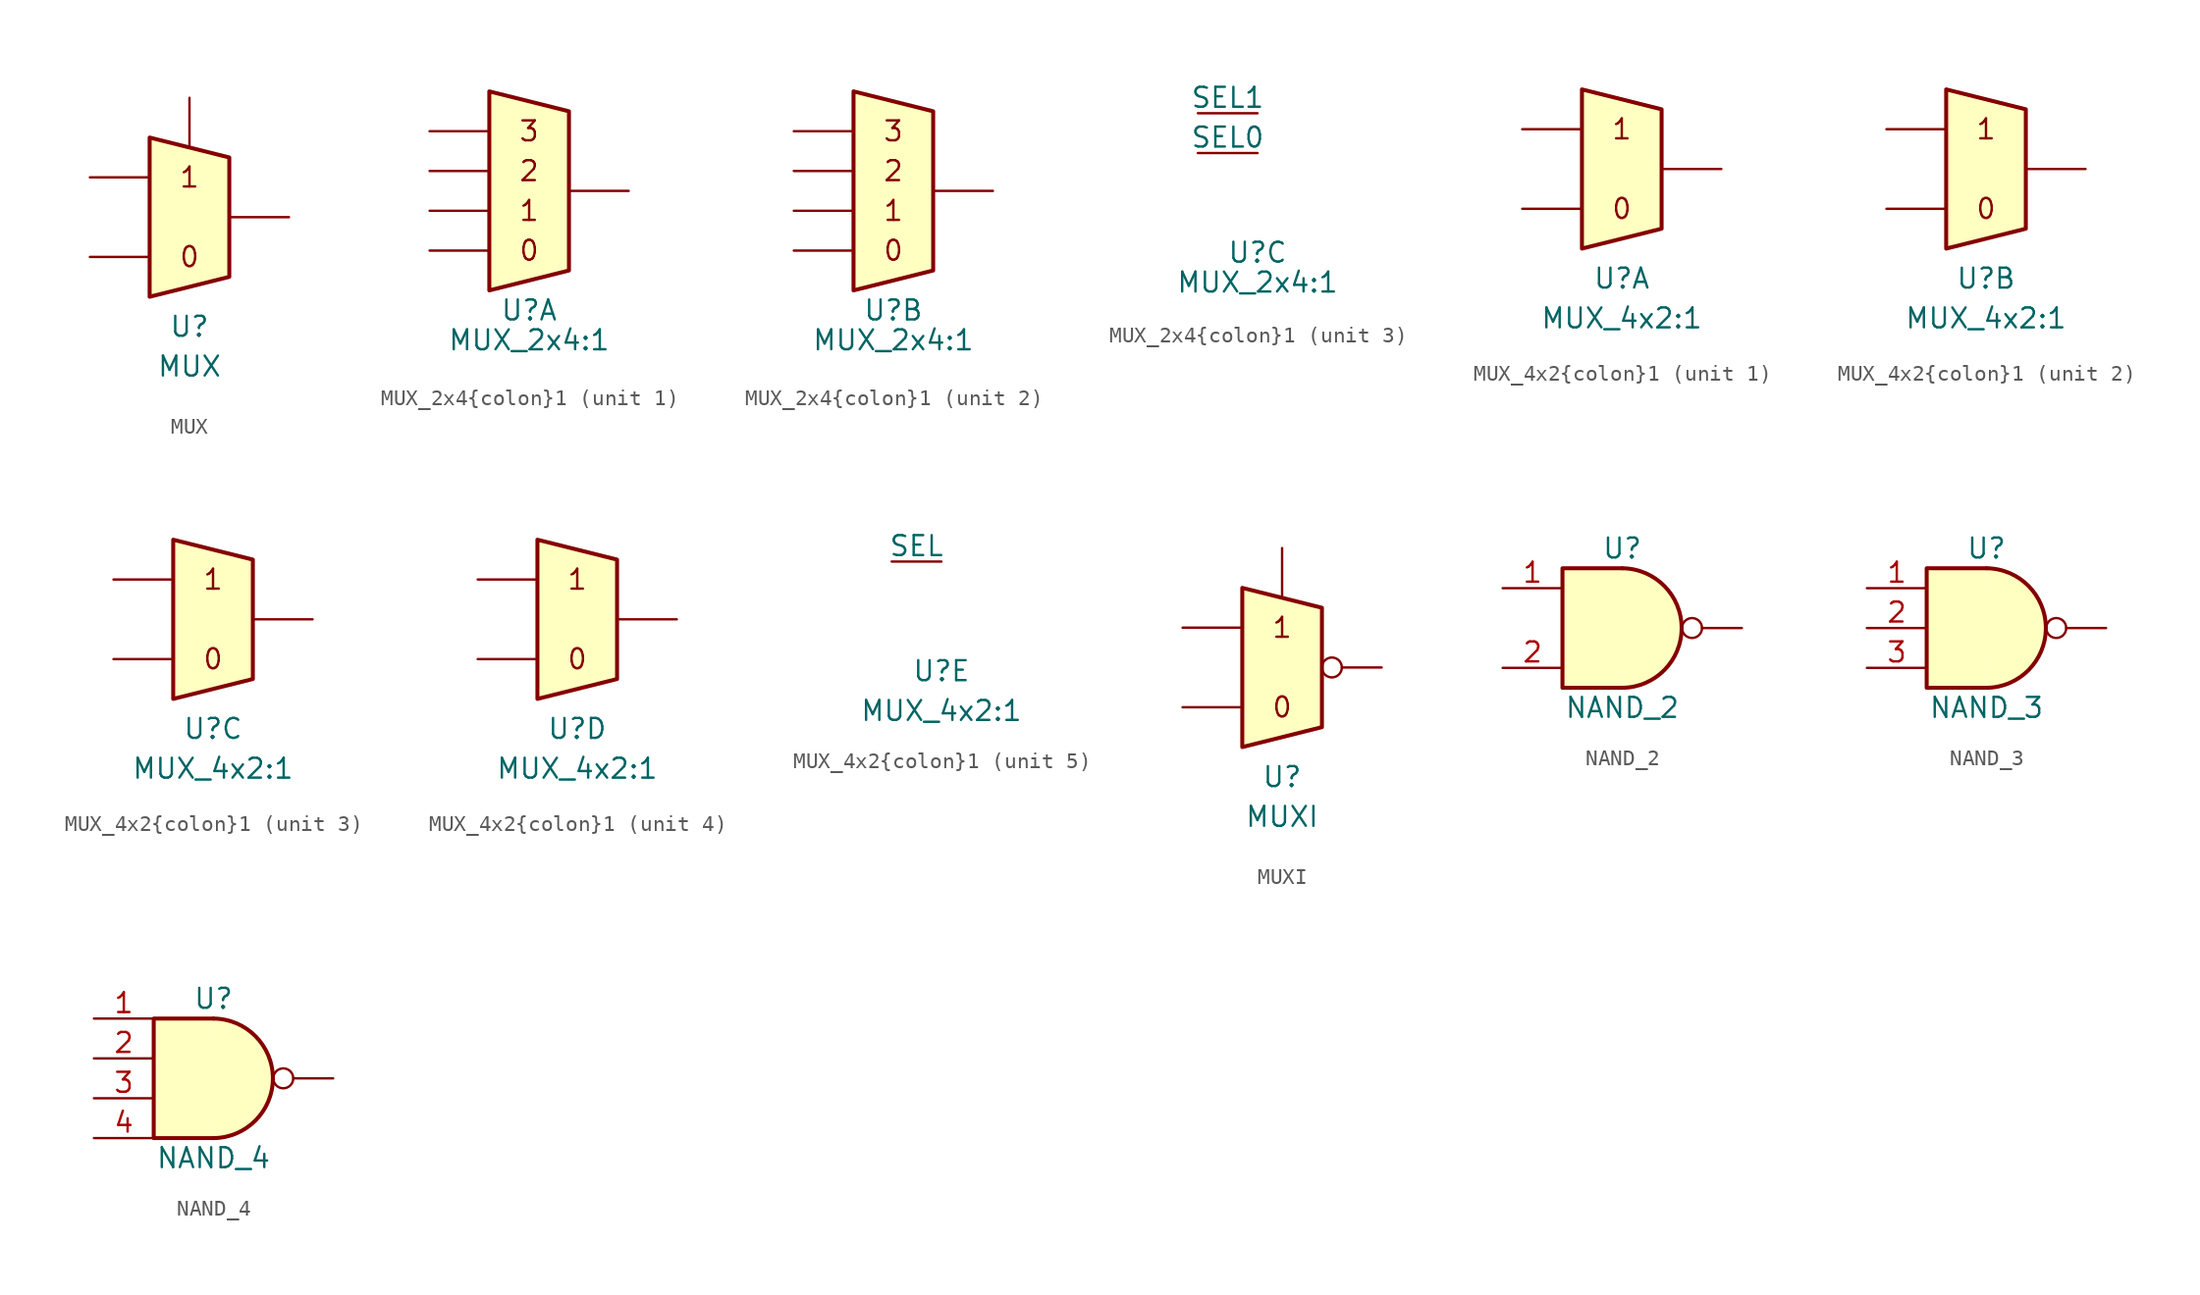
<source format=kicad_sym>
(kicad_symbol_lib
  (version 20220914)
  (generator kicad_symbol_editor)
  (symbol "MUX"
    (pin_numbers hide)
    (pin_names
      (offset 0))
    (property "Reference" "U"
      (at 0 -6.985 0)
      (effects (font (size 1.27 1.27))))
    (property "Value" "MUX"
      (at 0 -9.525 0)
      (effects (font (size 1.27 1.27))))
    (symbol "MUX_0_0"
      (text "0" (at 0 -2.54 0) (effects (font (size 1.27 1.27))))
      (text "1" (at 0 2.54 0) (effects (font (size 1.27 1.27)))))
    (symbol "MUX_0_1"
      (polyline (pts (xy -2.54 -5.08) (xy -2.54 5.08) (xy 2.54 3.81) (xy 2.54 -3.81) (xy -2.54 -5.08)) (stroke (width 0.254) (type default)) (fill (type background))))
    (symbol "MUX_1_1"
      (pin input line (at 0 7.62 270) (length 3.17) (name "~" (effects (font (size 1.27 1.27)))) (number "1" (effects (font (size 1.27 1.27)))))
      (pin input line (at -6.35 2.54 0) (length 3.81) (name "~" (effects (font (size 1.27 1.27)))) (number "2" (effects (font (size 1.27 1.27)))))
      (pin input line (at -6.35 -2.54 0) (length 3.81) (name "~" (effects (font (size 1.27 1.27)))) (number "3" (effects (font (size 1.27 1.27)))))
      (pin output line (at 6.35 0 180) (length 3.81) (name "~" (effects (font (size 1.27 1.27)))) (number "4" (effects (font (size 1.27 1.27)))))))
  (symbol "MUX_2x4{colon}1"
    (pin_numbers hide)
    (pin_names
      (offset 0))
    (property "Reference" "U"
      (at 0 -7.62 0)
      (effects (font (size 1.27 1.27))))
    (property "Value" "MUX_2x4:1"
      (at 0 -9.525 0)
      (effects (font (size 1.27 1.27))))
    (symbol "MUX_2x4{colon}1_1_0"
      (text "0" (at 0 -3.81 0) (effects (font (size 1.27 1.27))))
      (text "1" (at 0 -1.27 0) (effects (font (size 1.27 1.27))))
      (text "2" (at 0 1.27 0) (effects (font (size 1.27 1.27))))
      (text "3" (at 0 3.81 0) (effects (font (size 1.27 1.27)))))
    (symbol "MUX_2x4{colon}1_1_1"
      (polyline (pts (xy -2.54 -6.35) (xy -2.54 6.35) (xy 2.54 5.08) (xy 2.54 -5.08) (xy -2.54 -6.35)) (stroke (width 0.254) (type default)) (fill (type background)))
      (pin output line (at 6.35 0 180) (length 3.81) (name "~" (effects (font (size 1.27 1.27)))) (number "29" (effects (font (size 1.27 1.27)))))
      (pin input line (at -6.35 -3.81 0) (length 3.81) (name "~" (effects (font (size 1.27 1.27)))) (number "3" (effects (font (size 1.27 1.27)))))
      (pin input line (at -6.35 -1.27 0) (length 3.81) (name "~" (effects (font (size 1.27 1.27)))) (number "5" (effects (font (size 1.27 1.27)))))
      (pin input line (at -6.35 1.27 0) (length 3.81) (name "~" (effects (font (size 1.27 1.27)))) (number "6" (effects (font (size 1.27 1.27)))))
      (pin input line (at -6.35 3.81 0) (length 3.81) (name "~" (effects (font (size 1.27 1.27)))) (number "8" (effects (font (size 1.27 1.27))))))
    (symbol "MUX_2x4{colon}1_2_0"
      (text "0" (at 0 -3.81 0) (effects (font (size 1.27 1.27))))
      (text "1" (at 0 -1.27 0) (effects (font (size 1.27 1.27))))
      (text "2" (at 0 1.27 0) (effects (font (size 1.27 1.27))))
      (text "3" (at 0 3.81 0) (effects (font (size 1.27 1.27)))))
    (symbol "MUX_2x4{colon}1_2_1"
      (polyline (pts (xy -2.54 -6.35) (xy -2.54 6.35) (xy 2.54 5.08) (xy 2.54 -5.08) (xy -2.54 -6.35)) (stroke (width 0.254) (type default)) (fill (type background)))
      (pin input line (at -6.35 -1.27 0) (length 3.81) (name "~" (effects (font (size 1.27 1.27)))) (number "11" (effects (font (size 1.27 1.27)))))
      (pin input line (at -6.35 1.27 0) (length 3.81) (name "~" (effects (font (size 1.27 1.27)))) (number "12" (effects (font (size 1.27 1.27)))))
      (pin input line (at -6.35 3.81 0) (length 3.81) (name "~" (effects (font (size 1.27 1.27)))) (number "14" (effects (font (size 1.27 1.27)))))
      (pin output line (at 6.35 0 180) (length 3.81) (name "~" (effects (font (size 1.27 1.27)))) (number "24" (effects (font (size 1.27 1.27)))))
      (pin input line (at -6.35 -3.81 0) (length 3.81) (name "~" (effects (font (size 1.27 1.27)))) (number "9" (effects (font (size 1.27 1.27))))))
    (symbol "MUX_2x4{colon}1_3_1"
      (pin input line (at -3.81 -1.27 0) (length 3.81) (name "SEL0" (effects (font (size 1.27 1.27)))) (number "1" (effects (font (size 1.27 1.27)))))
      (pin input line (at -3.81 1.27 0) (length 3.81) (name "SEL1" (effects (font (size 1.27 1.27)))) (number "20" (effects (font (size 1.27 1.27)))))))
  (symbol "MUX_4x2{colon}1"
    (pin_numbers hide)
    (pin_names
      (offset 0))
    (property "Reference" "U"
      (at 0 -6.985 0)
      (effects (font (size 1.27 1.27))))
    (property "Value" "MUX_4x2:1"
      (at 0 -9.525 0)
      (effects (font (size 1.27 1.27))))
    (symbol "MUX_4x2{colon}1_1_0"
      (text "0" (at 0 -2.54 0) (effects (font (size 1.27 1.27))))
      (text "1" (at 0 2.54 0) (effects (font (size 1.27 1.27)))))
    (symbol "MUX_4x2{colon}1_1_1"
      (polyline (pts (xy -2.54 -5.08) (xy -2.54 5.08) (xy 2.54 3.81) (xy 2.54 -3.81) (xy -2.54 -5.08)) (stroke (width 0.254) (type default)) (fill (type background)))
      (pin input line (at -6.35 -2.54 0) (length 3.81) (name "~" (effects (font (size 1.27 1.27)))) (number "4" (effects (font (size 1.27 1.27)))))
      (pin input line (at -6.35 2.54 0) (length 3.81) (name "~" (effects (font (size 1.27 1.27)))) (number "5" (effects (font (size 1.27 1.27)))))
      (pin output line (at 6.35 0 180) (length 3.81) (name "~" (effects (font (size 1.27 1.27)))) (number "7" (effects (font (size 1.27 1.27))))))
    (symbol "MUX_4x2{colon}1_2_0"
      (text "0" (at 0 -2.54 0) (effects (font (size 1.27 1.27))))
      (text "1" (at 0 2.54 0) (effects (font (size 1.27 1.27)))))
    (symbol "MUX_4x2{colon}1_2_1"
      (polyline (pts (xy -2.54 -5.08) (xy -2.54 5.08) (xy 2.54 3.81) (xy 2.54 -3.81) (xy -2.54 -5.08)) (stroke (width 0.254) (type default)) (fill (type background)))
      (pin input line (at -6.35 -2.54 0) (length 3.81) (name "~" (effects (font (size 1.27 1.27)))) (number "11" (effects (font (size 1.27 1.27)))))
      (pin input line (at -6.35 2.54 0) (length 3.81) (name "~" (effects (font (size 1.27 1.27)))) (number "13" (effects (font (size 1.27 1.27)))))
      (pin output line (at 6.35 0 180) (length 3.81) (name "~" (effects (font (size 1.27 1.27)))) (number "9" (effects (font (size 1.27 1.27))))))
    (symbol "MUX_4x2{colon}1_3_0"
      (text "0" (at 0 -2.54 0) (effects (font (size 1.27 1.27))))
      (text "1" (at 0 2.54 0) (effects (font (size 1.27 1.27)))))
    (symbol "MUX_4x2{colon}1_3_1"
      (polyline (pts (xy -2.54 -5.08) (xy -2.54 5.08) (xy 2.54 3.81) (xy 2.54 -3.81) (xy -2.54 -5.08)) (stroke (width 0.254) (type default)) (fill (type background)))
      (pin input line (at -6.35 2.54 0) (length 3.81) (name "~" (effects (font (size 1.27 1.27)))) (number "15" (effects (font (size 1.27 1.27)))))
      (pin input line (at -6.35 -2.54 0) (length 3.81) (name "~" (effects (font (size 1.27 1.27)))) (number "16" (effects (font (size 1.27 1.27)))))
      (pin output line (at 6.35 0 180) (length 3.81) (name "~" (effects (font (size 1.27 1.27)))) (number "20" (effects (font (size 1.27 1.27))))))
    (symbol "MUX_4x2{colon}1_4_0"
      (text "0" (at 0 -2.54 0) (effects (font (size 1.27 1.27))))
      (text "1" (at 0 2.54 0) (effects (font (size 1.27 1.27)))))
    (symbol "MUX_4x2{colon}1_4_1"
      (polyline (pts (xy -2.54 -5.08) (xy -2.54 5.08) (xy 2.54 3.81) (xy 2.54 -3.81) (xy -2.54 -5.08)) (stroke (width 0.254) (type default)) (fill (type background)))
      (pin output line (at 6.35 0 180) (length 3.81) (name "~" (effects (font (size 1.27 1.27)))) (number "22" (effects (font (size 1.27 1.27)))))
      (pin input line (at -6.35 -2.54 0) (length 3.81) (name "~" (effects (font (size 1.27 1.27)))) (number "24" (effects (font (size 1.27 1.27)))))
      (pin input line (at -6.35 2.54 0) (length 3.81) (name "~" (effects (font (size 1.27 1.27)))) (number "25" (effects (font (size 1.27 1.27))))))
    (symbol "MUX_4x2{colon}1_5_1"
      (pin input line (at -3.175 0 0) (length 3.17) (name "SEL" (effects (font (size 1.27 1.27)))) (number "1" (effects (font (size 1.27 1.27)))))))
  (symbol "MUXI"
    (pin_numbers hide)
    (pin_names
      (offset 0))
    (property "Reference" "U"
      (at 0 -6.985 0)
      (effects (font (size 1.27 1.27))))
    (property "Value" "MUXI"
      (at 0 -9.525 0)
      (effects (font (size 1.27 1.27))))
    (symbol "MUXI_0_0"
      (text "0" (at 0 -2.54 0) (effects (font (size 1.27 1.27))))
      (text "1" (at 0 2.54 0) (effects (font (size 1.27 1.27)))))
    (symbol "MUXI_0_1"
      (polyline (pts (xy -2.54 -5.08) (xy -2.54 5.08) (xy 2.54 3.81) (xy 2.54 -3.81) (xy -2.54 -5.08)) (stroke (width 0.254) (type default)) (fill (type background))))
    (symbol "MUXI_1_1"
      (pin input line (at 0 7.62 270) (length 3.17) (name "~" (effects (font (size 1.27 1.27)))) (number "1" (effects (font (size 1.27 1.27)))))
      (pin input line (at -6.35 2.54 0) (length 3.81) (name "~" (effects (font (size 1.27 1.27)))) (number "2" (effects (font (size 1.27 1.27)))))
      (pin input line (at -6.35 -2.54 0) (length 3.81) (name "~" (effects (font (size 1.27 1.27)))) (number "3" (effects (font (size 1.27 1.27)))))
      (pin output inverted (at 6.35 0 180) (length 3.81) (name "~" (effects (font (size 1.27 1.27)))) (number "4" (effects (font (size 1.27 1.27)))))))
  (symbol "NAND_2"
    (pin_names hide)
    (property "Reference" "U"
      (at 0 5.08 0)
      (effects (font (size 1.27 1.27))))
    (property "Value" "NAND_2"
      (at 0 -5.08 0)
      (effects (font (size 1.27 1.27))))
    (symbol "NAND_2_1_1"
      (arc (start 0 -3.81) (mid 3.7825 0) (end 0 3.81) (stroke (width 0.254) (type default)) (fill (type background)))
      (polyline (pts (xy 0 3.81) (xy -3.81 3.81) (xy -3.81 -3.81) (xy 0 -3.81)) (stroke (width 0.254) (type default)) (fill (type background)))
      (pin input line (at -7.62 2.54 0) (length 3.81) (name "~" (effects (font (size 1.27 1.27)))) (number "1" (effects (font (size 1.27 1.27)))))
      (pin input line (at -7.62 -2.54 0) (length 3.81) (name "~" (effects (font (size 1.27 1.27)))) (number "2" (effects (font (size 1.27 1.27)))))
      (pin output inverted (at 7.62 0 180) (length 3.81) (name "~" (effects (font (size 1.27 1.27)))) (number "3" (effects (font (size 0 0)))))))
  (symbol "NAND_3"
    (pin_names hide)
    (property "Reference" "U"
      (at 0 5.08 0)
      (effects (font (size 1.27 1.27))))
    (property "Value" "NAND_3"
      (at 0 -5.08 0)
      (effects (font (size 1.27 1.27))))
    (symbol "NAND_3_1_1"
      (arc (start 0 -3.81) (mid 3.7825 0) (end 0 3.81) (stroke (width 0.254) (type default)) (fill (type background)))
      (polyline (pts (xy 0 3.81) (xy -3.81 3.81) (xy -3.81 -3.81) (xy 0 -3.81)) (stroke (width 0.254) (type default)) (fill (type background)))
      (pin input line (at -7.62 2.54 0) (length 3.81) (name "~" (effects (font (size 1.27 1.27)))) (number "1" (effects (font (size 1.27 1.27)))))
      (pin input line (at -7.62 0 0) (length 3.81) (name "~" (effects (font (size 1.27 1.27)))) (number "2" (effects (font (size 1.27 1.27)))))
      (pin input line (at -7.62 -2.54 0) (length 3.81) (name "~" (effects (font (size 1.27 1.27)))) (number "3" (effects (font (size 1.27 1.27)))))
      (pin output inverted (at 7.62 0 180) (length 3.81) (name "~" (effects (font (size 1.27 1.27)))) (number "4" (effects (font (size 0 0)))))))
  (symbol "NAND_4"
    (pin_names hide)
    (property "Reference" "U"
      (at 0 5.08 0)
      (effects (font (size 1.27 1.27))))
    (property "Value" "NAND_4"
      (at 0 -5.08 0)
      (effects (font (size 1.27 1.27))))
    (symbol "NAND_4_1_1"
      (arc (start 0 -3.81) (mid 3.7825 0) (end 0 3.81) (stroke (width 0.254) (type default)) (fill (type background)))
      (polyline (pts (xy 0 3.81) (xy -3.81 3.81) (xy -3.81 -3.81) (xy 0 -3.81)) (stroke (width 0.254) (type default)) (fill (type background)))
      (pin input line (at -7.62 3.81 0) (length 3.81) (name "~" (effects (font (size 1.27 1.27)))) (number "1" (effects (font (size 1.27 1.27)))))
      (pin input line (at -7.62 1.27 0) (length 3.81) (name "~" (effects (font (size 1.27 1.27)))) (number "2" (effects (font (size 1.27 1.27)))))
      (pin input line (at -7.62 -1.27 0) (length 3.81) (name "~" (effects (font (size 1.27 1.27)))) (number "3" (effects (font (size 1.27 1.27)))))
      (pin input line (at -7.62 -3.81 0) (length 3.81) (name "~" (effects (font (size 1.27 1.27)))) (number "4" (effects (font (size 1.27 1.27)))))
      (pin output inverted (at 7.62 0 180) (length 3.81) (name "~" (effects (font (size 1.27 1.27)))) (number "5" (effects (font (size 0 0))))))))
</source>
